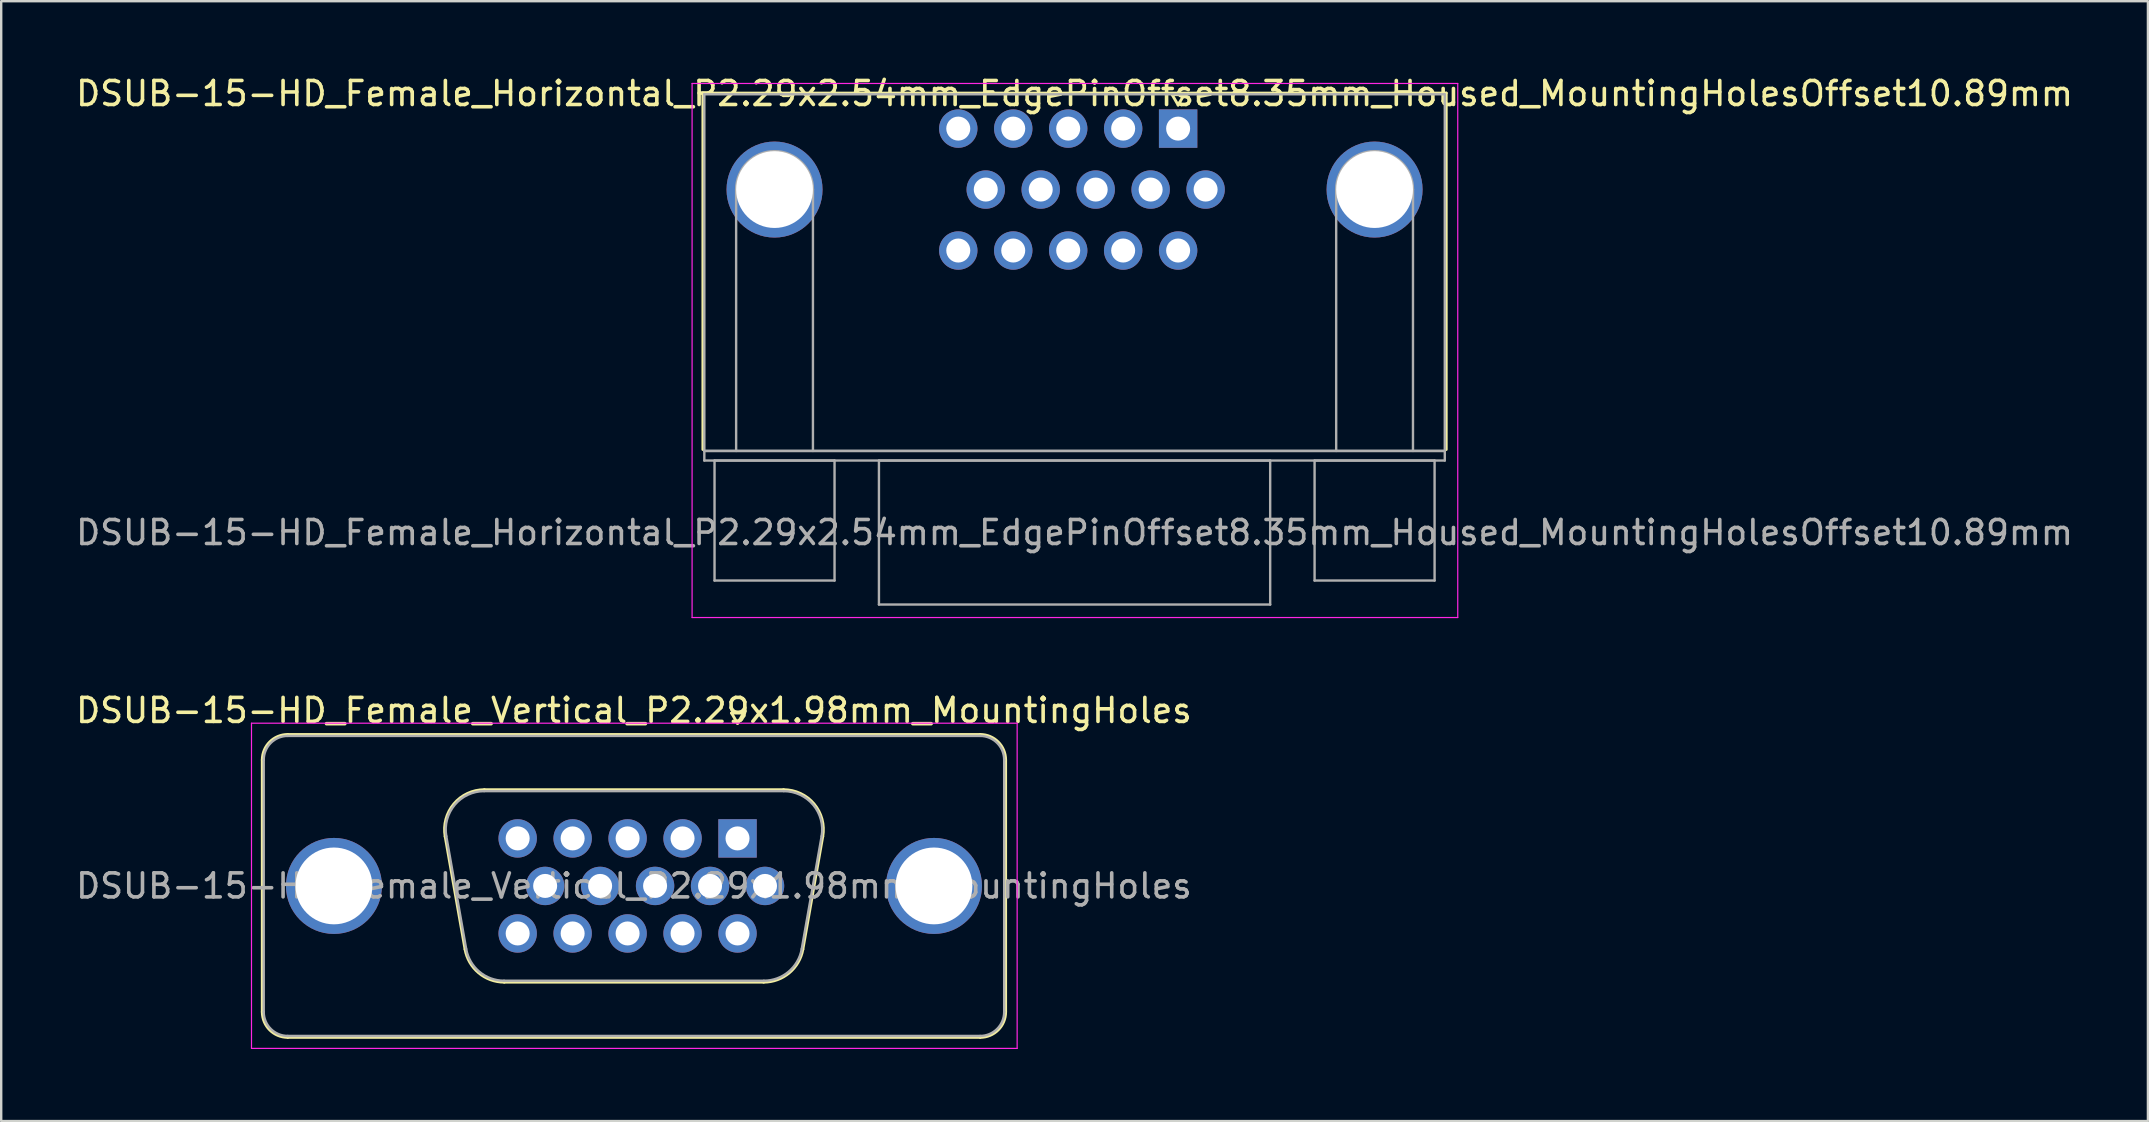
<source format=kicad_pcb>
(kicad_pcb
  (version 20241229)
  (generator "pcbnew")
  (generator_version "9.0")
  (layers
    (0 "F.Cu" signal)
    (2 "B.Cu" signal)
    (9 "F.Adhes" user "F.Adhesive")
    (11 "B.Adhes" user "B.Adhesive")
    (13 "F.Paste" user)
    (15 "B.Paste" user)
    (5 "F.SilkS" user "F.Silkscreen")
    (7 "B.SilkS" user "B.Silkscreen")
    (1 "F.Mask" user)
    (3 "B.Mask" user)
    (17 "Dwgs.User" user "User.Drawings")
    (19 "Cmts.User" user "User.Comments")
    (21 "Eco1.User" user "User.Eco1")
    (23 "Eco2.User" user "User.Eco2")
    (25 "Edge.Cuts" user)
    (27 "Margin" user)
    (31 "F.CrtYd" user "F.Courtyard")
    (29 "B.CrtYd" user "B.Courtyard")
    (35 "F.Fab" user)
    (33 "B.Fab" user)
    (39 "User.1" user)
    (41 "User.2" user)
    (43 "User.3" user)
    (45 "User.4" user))
  (footprint "DSUB-15-HD_Female_Vertical_P2.29x1.98mm_MountingHoles"
    (layer "F.Cu")
    (at 27.678 31.881)
    (property "Reference" "DSUB-15-HD_Female_Vertical_P2.29x1.98mm_MountingHoles" (at -4.315 -5.33 0) (layer "F.SilkS") (effects (font (size 1 1) (thickness 0.15))))
    (attr through_hole)
    (fp_line (start -19.8 7.23) (end -19.8 -3.27) (stroke (width 0.12) (type solid)) (layer "F.SilkS"))
    (fp_line (start -18.74 -4.33) (end 10.11 -4.33) (stroke (width 0.12) (type solid)) (layer "F.SilkS"))
    (fp_line (start -12.181 -0.082) (end -11.353 4.618) (stroke (width 0.12) (type solid)) (layer "F.SilkS"))
    (fp_line (start -10.547 -2.03) (end 1.917 -2.03) (stroke (width 0.12) (type solid)) (layer "F.SilkS"))
    (fp_line (start -9.718 5.99) (end 1.088 5.99) (stroke (width 0.12) (type solid)) (layer "F.SilkS"))
    (fp_line (start -0.25 -5.224) (end 0.25 -5.224) (stroke (width 0.12) (type solid)) (layer "F.SilkS"))
    (fp_line (start 0 -4.791) (end -0.25 -5.224) (stroke (width 0.12) (type solid)) (layer "F.SilkS"))
    (fp_line (start 0.25 -5.224) (end 0 -4.791) (stroke (width 0.12) (type solid)) (layer "F.SilkS"))
    (fp_line (start 3.551 -0.082) (end 2.723 4.618) (stroke (width 0.12) (type solid)) (layer "F.SilkS"))
    (fp_line (start 10.11 8.29) (end -18.74 8.29) (stroke (width 0.12) (type solid)) (layer "F.SilkS"))
    (fp_line (start 11.17 -3.27) (end 11.17 7.23) (stroke (width 0.12) (type solid)) (layer "F.SilkS"))
    (fp_arc (start -19.8 -3.27) (mid -19.489533 -4.019533) (end -18.74 -4.33) (stroke (width 0.12) (type solid)) (layer "F.SilkS"))
    (fp_arc (start -18.74 8.29) (mid -19.489533 7.979533) (end -19.8 7.23) (stroke (width 0.12) (type solid)) (layer "F.SilkS"))
    (fp_arc (start -12.18147 -0.081744) (mid -11.818323 -1.437028) (end -10.546689 -2.03) (stroke (width 0.12) (type solid)) (layer "F.SilkS"))
    (fp_arc (start -9.717952 5.99) (mid -10.784979 5.601634) (end -11.352733 4.618256) (stroke (width 0.12) (type solid)) (layer "F.SilkS"))
    (fp_arc (start 1.916689 -2.03) (mid 3.188323 -1.437027) (end 3.55147 -0.081744) (stroke (width 0.12) (type solid)) (layer "F.SilkS"))
    (fp_arc (start 2.722733 4.618256) (mid 2.15498 5.601634) (end 1.087952 5.99) (stroke (width 0.12) (type solid)) (layer "F.SilkS"))
    (fp_arc (start 10.11 -4.33) (mid 10.859533 -4.019533) (end 11.17 -3.27) (stroke (width 0.12) (type solid)) (layer "F.SilkS"))
    (fp_arc (start 11.17 7.23) (mid 10.859533 7.979533) (end 10.11 8.29) (stroke (width 0.12) (type solid)) (layer "F.SilkS"))
    (fp_line (start -20.25 -4.8) (end -20.25 8.75) (stroke (width 0.05) (type solid)) (layer "F.CrtYd"))
    (fp_line (start -20.25 8.75) (end 11.65 8.75) (stroke (width 0.05) (type solid)) (layer "F.CrtYd"))
    (fp_line (start 11.65 -4.8) (end -20.25 -4.8) (stroke (width 0.05) (type solid)) (layer "F.CrtYd"))
    (fp_line (start 11.65 8.75) (end 11.65 -4.8) (stroke (width 0.05) (type solid)) (layer "F.CrtYd"))
    (fp_line (start -19.74 7.23) (end -19.74 -3.27) (stroke (width 0.1) (type solid)) (layer "F.Fab"))
    (fp_line (start -18.74 -4.27) (end 10.11 -4.27) (stroke (width 0.1) (type solid)) (layer "F.Fab"))
    (fp_line (start -12.134 -0.092) (end -11.305 4.608) (stroke (width 0.1) (type solid)) (layer "F.Fab"))
    (fp_line (start -10.558 -1.97) (end 1.928 -1.97) (stroke (width 0.1) (type solid)) (layer "F.Fab"))
    (fp_line (start -9.729 5.93) (end 1.099 5.93) (stroke (width 0.1) (type solid)) (layer "F.Fab"))
    (fp_line (start 3.504 -0.092) (end 2.675 4.608) (stroke (width 0.1) (type solid)) (layer "F.Fab"))
    (fp_line (start 10.11 8.23) (end -18.74 8.23) (stroke (width 0.1) (type solid)) (layer "F.Fab"))
    (fp_line (start 11.11 -3.27) (end 11.11 7.23) (stroke (width 0.1) (type solid)) (layer "F.Fab"))
    (fp_arc (start -19.74 -3.27) (mid -19.447107 -3.977107) (end -18.74 -4.27) (stroke (width 0.1) (type solid)) (layer "F.Fab"))
    (fp_arc (start -18.74 8.23) (mid -19.447107 7.937107) (end -19.74 7.23) (stroke (width 0.1) (type solid)) (layer "F.Fab"))
    (fp_arc (start -12.133886 -0.092163) (mid -11.783865 -1.39846) (end -10.558194 -1.97) (stroke (width 0.1) (type solid)) (layer "F.Fab"))
    (fp_arc (start -9.729457 5.93) (mid -10.757917 5.555671) (end -11.305149 4.607837) (stroke (width 0.1) (type solid)) (layer "F.Fab"))
    (fp_arc (start 1.928194 -1.97) (mid 3.153865 -1.39846) (end 3.503886 -0.092163) (stroke (width 0.1) (type solid)) (layer "F.Fab"))
    (fp_arc (start 2.675149 4.607837) (mid 2.127917 5.555671) (end 1.099457 5.93) (stroke (width 0.1) (type solid)) (layer "F.Fab"))
    (fp_arc (start 10.11 -4.27) (mid 10.817107 -3.977107) (end 11.11 -3.27) (stroke (width 0.1) (type solid)) (layer "F.Fab"))
    (fp_arc (start 11.11 7.23) (mid 10.817107 7.937107) (end 10.11 8.23) (stroke (width 0.1) (type solid)) (layer "F.Fab"))
    (fp_text user "${REFERENCE}" (at -4.315 1.98 0) (layer "F.Fab") (effects (font (size 1 1) (thickness 0.15))))
    (pad "0" thru_hole circle (at -16.815 1.98) (size 4 4) (drill 3.2) (layers "*.Cu" "*.Mask"))
    (pad "0" thru_hole circle (at 8.185 1.98) (size 4 4) (drill 3.2) (layers "*.Cu" "*.Mask"))
    (pad "1" thru_hole rect (at 0 0) (size 1.6 1.6) (drill 1) (layers "*.Cu" "*.Mask"))
    (pad "2" thru_hole circle (at -2.29 0) (size 1.6 1.6) (drill 1) (layers "*.Cu" "*.Mask"))
    (pad "3" thru_hole circle (at -4.58 0) (size 1.6 1.6) (drill 1) (layers "*.Cu" "*.Mask"))
    (pad "4" thru_hole circle (at -6.87 0) (size 1.6 1.6) (drill 1) (layers "*.Cu" "*.Mask"))
    (pad "5" thru_hole circle (at -9.16 0) (size 1.6 1.6) (drill 1) (layers "*.Cu" "*.Mask"))
    (pad "6" thru_hole circle (at 1.145 1.98) (size 1.6 1.6) (drill 1) (layers "*.Cu" "*.Mask"))
    (pad "7" thru_hole circle (at -1.145 1.98) (size 1.6 1.6) (drill 1) (layers "*.Cu" "*.Mask"))
    (pad "8" thru_hole circle (at -3.435 1.98) (size 1.6 1.6) (drill 1) (layers "*.Cu" "*.Mask"))
    (pad "9" thru_hole circle (at -5.725 1.98) (size 1.6 1.6) (drill 1) (layers "*.Cu" "*.Mask"))
    (pad "10" thru_hole circle (at -8.015 1.98) (size 1.6 1.6) (drill 1) (layers "*.Cu" "*.Mask"))
    (pad "11" thru_hole circle (at 0 3.96) (size 1.6 1.6) (drill 1) (layers "*.Cu" "*.Mask"))
    (pad "12" thru_hole circle (at -2.29 3.96) (size 1.6 1.6) (drill 1) (layers "*.Cu" "*.Mask"))
    (pad "13" thru_hole circle (at -4.58 3.96) (size 1.6 1.6) (drill 1) (layers "*.Cu" "*.Mask"))
    (pad "14" thru_hole circle (at -6.87 3.96) (size 1.6 1.6) (drill 1) (layers "*.Cu" "*.Mask"))
    (pad "15" thru_hole circle (at -9.16 3.96) (size 1.6 1.6) (drill 1) (layers "*.Cu" "*.Mask")))
  (footprint "DSUB-15-HD_Female_Horizontal_P2.29x2.54mm_EdgePinOffset8.35mm_Housed_MountingHolesOffset10.89mm"
    (layer "F.Cu")
    (at 46.035 3.428)
    (property "Reference" "DSUB-15-HD_Female_Horizontal_P2.29x2.54mm_EdgePinOffset8.35mm_Housed_MountingHolesOffset10.89mm" (at -4.315 -2.58 0) (layer "F.SilkS") (effects (font (size 1 1) (thickness 0.15))))
    (attr through_hole)
    (fp_line (start -19.8 -2.6) (end 11.17 -2.6) (stroke (width 0.12) (type solid)) (layer "F.SilkS"))
    (fp_line (start -19.8 12.25) (end -19.8 -2.6) (stroke (width 0.12) (type solid)) (layer "F.SilkS"))
    (fp_line (start -0.25 -2.534) (end 0.25 -2.534) (stroke (width 0.12) (type solid)) (layer "F.SilkS"))
    (fp_line (start 0 -2.101) (end -0.25 -2.534) (stroke (width 0.12) (type solid)) (layer "F.SilkS"))
    (fp_line (start 0.25 -2.534) (end 0 -2.101) (stroke (width 0.12) (type solid)) (layer "F.SilkS"))
    (fp_line (start 11.17 -2.6) (end 11.17 12.25) (stroke (width 0.12) (type solid)) (layer "F.SilkS"))
    (fp_line (start -20.25 -3) (end -20.25 19.25) (stroke (width 0.05) (type solid)) (layer "F.CrtYd"))
    (fp_line (start -20.25 19.25) (end 11.65 19.25) (stroke (width 0.05) (type solid)) (layer "F.CrtYd"))
    (fp_line (start 11.65 -3) (end -20.25 -3) (stroke (width 0.05) (type solid)) (layer "F.CrtYd"))
    (fp_line (start 11.65 19.25) (end 11.65 -3) (stroke (width 0.05) (type solid)) (layer "F.CrtYd"))
    (fp_line (start -19.74 -2.55) (end -19.74 12.31) (stroke (width 0.1) (type solid)) (layer "F.Fab"))
    (fp_line (start -19.74 12.31) (end -19.74 12.71) (stroke (width 0.1) (type solid)) (layer "F.Fab"))
    (fp_line (start -19.74 12.31) (end 11.11 12.31) (stroke (width 0.1) (type solid)) (layer "F.Fab"))
    (fp_line (start -19.74 12.71) (end 11.11 12.71) (stroke (width 0.1) (type solid)) (layer "F.Fab"))
    (fp_line (start -19.315 12.71) (end -19.315 17.71) (stroke (width 0.1) (type solid)) (layer "F.Fab"))
    (fp_line (start -19.315 17.71) (end -14.315 17.71) (stroke (width 0.1) (type solid)) (layer "F.Fab"))
    (fp_line (start -18.415 12.31) (end -18.415 1.42) (stroke (width 0.1) (type solid)) (layer "F.Fab"))
    (fp_line (start -15.215 12.31) (end -15.215 1.42) (stroke (width 0.1) (type solid)) (layer "F.Fab"))
    (fp_line (start -14.315 12.71) (end -19.315 12.71) (stroke (width 0.1) (type solid)) (layer "F.Fab"))
    (fp_line (start -14.315 17.71) (end -14.315 12.71) (stroke (width 0.1) (type solid)) (layer "F.Fab"))
    (fp_line (start -12.465 12.71) (end -12.465 18.71) (stroke (width 0.1) (type solid)) (layer "F.Fab"))
    (fp_line (start -12.465 18.71) (end 3.835 18.71) (stroke (width 0.1) (type solid)) (layer "F.Fab"))
    (fp_line (start 3.835 12.71) (end -12.465 12.71) (stroke (width 0.1) (type solid)) (layer "F.Fab"))
    (fp_line (start 3.835 18.71) (end 3.835 12.71) (stroke (width 0.1) (type solid)) (layer "F.Fab"))
    (fp_line (start 5.685 12.71) (end 5.685 17.71) (stroke (width 0.1) (type solid)) (layer "F.Fab"))
    (fp_line (start 5.685 17.71) (end 10.685 17.71) (stroke (width 0.1) (type solid)) (layer "F.Fab"))
    (fp_line (start 6.585 12.31) (end 6.585 1.42) (stroke (width 0.1) (type solid)) (layer "F.Fab"))
    (fp_line (start 9.785 12.31) (end 9.785 1.42) (stroke (width 0.1) (type solid)) (layer "F.Fab"))
    (fp_line (start 10.685 12.71) (end 5.685 12.71) (stroke (width 0.1) (type solid)) (layer "F.Fab"))
    (fp_line (start 10.685 17.71) (end 10.685 12.71) (stroke (width 0.1) (type solid)) (layer "F.Fab"))
    (fp_line (start 11.1 -2.55) (end -19.75 -2.55) (stroke (width 0.1) (type solid)) (layer "F.Fab"))
    (fp_line (start 11.11 12.31) (end -19.74 12.31) (stroke (width 0.1) (type solid)) (layer "F.Fab"))
    (fp_line (start 11.11 12.31) (end 11.11 -2.55) (stroke (width 0.1) (type solid)) (layer "F.Fab"))
    (fp_line (start 11.11 12.71) (end 11.11 12.31) (stroke (width 0.1) (type solid)) (layer "F.Fab"))
    (fp_arc (start -18.415 1.42) (mid -16.815 -0.18) (end -15.215 1.42) (stroke (width 0.1) (type solid)) (layer "F.Fab"))
    (fp_arc (start 6.585 1.42) (mid 8.185 -0.18) (end 9.785 1.42) (stroke (width 0.1) (type solid)) (layer "F.Fab"))
    (fp_text user "${REFERENCE}" (at -4.315 15.71 0) (layer "F.Fab") (effects (font (size 1 1) (thickness 0.15))))
    (pad "0" thru_hole circle (at -16.815 1.42) (size 4 4) (drill 3.2) (layers "*.Cu" "*.Mask"))
    (pad "0" thru_hole circle (at 8.185 1.42) (size 4 4) (drill 3.2) (layers "*.Cu" "*.Mask"))
    (pad "1" thru_hole rect (at 0 -1.12) (size 1.6 1.6) (drill 1) (layers "*.Cu" "*.Mask"))
    (pad "2" thru_hole circle (at -2.29 -1.12) (size 1.6 1.6) (drill 1) (layers "*.Cu" "*.Mask"))
    (pad "3" thru_hole circle (at -4.58 -1.12) (size 1.6 1.6) (drill 1) (layers "*.Cu" "*.Mask"))
    (pad "4" thru_hole circle (at -6.87 -1.12) (size 1.6 1.6) (drill 1) (layers "*.Cu" "*.Mask"))
    (pad "5" thru_hole circle (at -9.16 -1.12) (size 1.6 1.6) (drill 1) (layers "*.Cu" "*.Mask"))
    (pad "6" thru_hole circle (at 1.145 1.42) (size 1.6 1.6) (drill 1) (layers "*.Cu" "*.Mask"))
    (pad "7" thru_hole circle (at -1.145 1.42) (size 1.6 1.6) (drill 1) (layers "*.Cu" "*.Mask"))
    (pad "8" thru_hole circle (at -3.435 1.42) (size 1.6 1.6) (drill 1) (layers "*.Cu" "*.Mask"))
    (pad "9" thru_hole circle (at -5.725 1.42) (size 1.6 1.6) (drill 1) (layers "*.Cu" "*.Mask"))
    (pad "10" thru_hole circle (at -8.015 1.42) (size 1.6 1.6) (drill 1) (layers "*.Cu" "*.Mask"))
    (pad "11" thru_hole circle (at 0 3.96) (size 1.6 1.6) (drill 1) (layers "*.Cu" "*.Mask"))
    (pad "12" thru_hole circle (at -2.29 3.96) (size 1.6 1.6) (drill 1) (layers "*.Cu" "*.Mask"))
    (pad "13" thru_hole circle (at -4.58 3.96) (size 1.6 1.6) (drill 1) (layers "*.Cu" "*.Mask"))
    (pad "14" thru_hole circle (at -6.87 3.96) (size 1.6 1.6) (drill 1) (layers "*.Cu" "*.Mask"))
    (pad "15" thru_hole circle (at -9.16 3.96) (size 1.6 1.6) (drill 1) (layers "*.Cu" "*.Mask")))
  (gr_rect
    (start -3 -3)
    (end 86.44 43.657)
    (stroke (width 0.1) (type default))
    (fill no)
    (layer "Edge.Cuts")))
</source>
